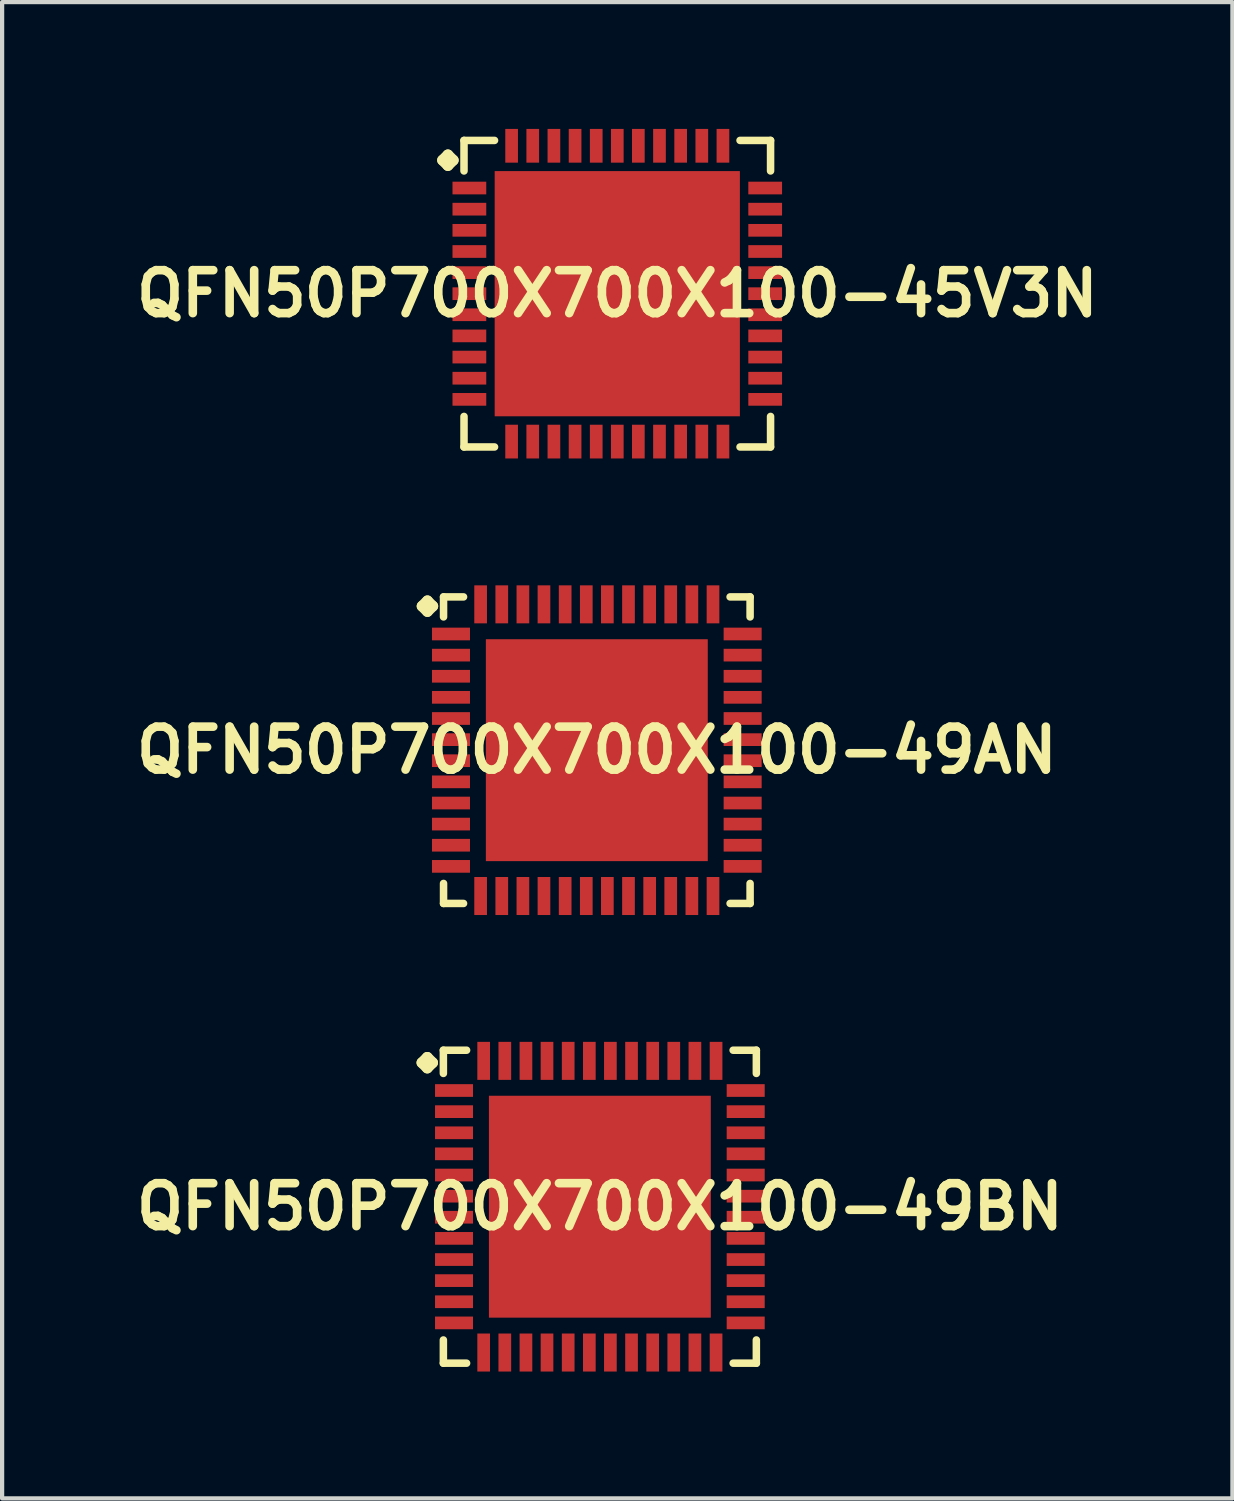
<source format=kicad_pcb>
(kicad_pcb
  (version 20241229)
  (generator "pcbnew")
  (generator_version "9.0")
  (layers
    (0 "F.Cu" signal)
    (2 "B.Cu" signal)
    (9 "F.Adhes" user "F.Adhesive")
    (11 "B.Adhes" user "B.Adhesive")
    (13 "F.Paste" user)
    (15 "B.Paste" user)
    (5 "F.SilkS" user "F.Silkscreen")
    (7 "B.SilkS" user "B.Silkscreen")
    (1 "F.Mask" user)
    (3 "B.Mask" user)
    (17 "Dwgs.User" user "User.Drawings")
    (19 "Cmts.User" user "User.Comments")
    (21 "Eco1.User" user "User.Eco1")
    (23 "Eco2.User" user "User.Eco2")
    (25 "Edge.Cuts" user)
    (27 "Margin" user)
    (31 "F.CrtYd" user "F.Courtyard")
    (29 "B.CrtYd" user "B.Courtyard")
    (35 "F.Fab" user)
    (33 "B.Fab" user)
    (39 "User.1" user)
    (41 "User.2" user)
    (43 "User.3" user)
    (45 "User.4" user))
  (footprint "QFN50P700X700X100-45V3N"
    (layer "F.Cu")
    (at 11.549 3.896)
    (property "Reference" "QFN50P700X700X100-45V3N" (at 0 0 0) (layer "F.SilkS") (effects (font (size 1.016 1.016) (thickness 0.203))))
    (attr smd)
    (fp_line (start -4.133 -3.157) (end -4.006 -3.284) (stroke (width 0.254) (type solid)) (layer "F.SilkS"))
    (fp_line (start -4.006 -3.284) (end -3.879 -3.157) (stroke (width 0.254) (type solid)) (layer "F.SilkS"))
    (fp_line (start -4.006 -3.03) (end -4.133 -3.157) (stroke (width 0.254) (type solid)) (layer "F.SilkS"))
    (fp_line (start -3.879 -3.157) (end -4.006 -3.03) (stroke (width 0.254) (type solid)) (layer "F.SilkS"))
    (fp_line (start -3.625 -3.625) (end -2.903 -3.625) (stroke (width 0.178) (type solid)) (layer "F.SilkS"))
    (fp_line (start -3.625 -2.903) (end -3.625 -3.625) (stroke (width 0.178) (type solid)) (layer "F.SilkS"))
    (fp_line (start -3.625 2.903) (end -3.625 3.625) (stroke (width 0.178) (type solid)) (layer "F.SilkS"))
    (fp_line (start -3.625 3.625) (end -2.903 3.625) (stroke (width 0.178) (type solid)) (layer "F.SilkS"))
    (fp_line (start 2.903 -3.625) (end 3.625 -3.625) (stroke (width 0.178) (type solid)) (layer "F.SilkS"))
    (fp_line (start 2.903 3.625) (end 3.625 3.625) (stroke (width 0.178) (type solid)) (layer "F.SilkS"))
    (fp_line (start 3.625 -3.625) (end 3.625 -2.903) (stroke (width 0.178) (type solid)) (layer "F.SilkS"))
    (fp_line (start 3.625 3.625) (end 3.625 2.903) (stroke (width 0.178) (type solid)) (layer "F.SilkS"))
    (pad "1" smd rect (at -3.498 -2.499) (size 0.798 0.3) (layers "F.Cu" "F.Mask" "F.Paste"))
    (pad "2" smd rect (at -3.498 -1.999) (size 0.798 0.3) (layers "F.Cu" "F.Mask" "F.Paste"))
    (pad "3" smd rect (at -3.498 -1.499) (size 0.798 0.3) (layers "F.Cu" "F.Mask" "F.Paste"))
    (pad "4" smd rect (at -3.498 -0.998) (size 0.798 0.3) (layers "F.Cu" "F.Mask" "F.Paste"))
    (pad "5" smd rect (at -3.498 -0.498) (size 0.798 0.3) (layers "F.Cu" "F.Mask" "F.Paste"))
    (pad "6" smd rect (at -3.498 0) (size 0.798 0.3) (layers "F.Cu" "F.Mask" "F.Paste"))
    (pad "7" smd rect (at -3.498 0.498) (size 0.798 0.3) (layers "F.Cu" "F.Mask" "F.Paste"))
    (pad "8" smd rect (at -3.498 0.998) (size 0.798 0.3) (layers "F.Cu" "F.Mask" "F.Paste"))
    (pad "9" smd rect (at -3.498 1.499) (size 0.798 0.3) (layers "F.Cu" "F.Mask" "F.Paste"))
    (pad "10" smd rect (at -3.498 1.999) (size 0.798 0.3) (layers "F.Cu" "F.Mask" "F.Paste"))
    (pad "11" smd rect (at -3.498 2.499) (size 0.798 0.3) (layers "F.Cu" "F.Mask" "F.Paste"))
    (pad "12" smd rect (at -2.499 3.498) (size 0.3 0.798) (layers "F.Cu" "F.Mask" "F.Paste"))
    (pad "13" smd rect (at -1.999 3.498) (size 0.3 0.798) (layers "F.Cu" "F.Mask" "F.Paste"))
    (pad "14" smd rect (at -1.499 3.498) (size 0.3 0.798) (layers "F.Cu" "F.Mask" "F.Paste"))
    (pad "15" smd rect (at -0.998 3.498) (size 0.3 0.798) (layers "F.Cu" "F.Mask" "F.Paste"))
    (pad "16" smd rect (at -0.498 3.498) (size 0.3 0.798) (layers "F.Cu" "F.Mask" "F.Paste"))
    (pad "17" smd rect (at 0 3.498) (size 0.3 0.798) (layers "F.Cu" "F.Mask" "F.Paste"))
    (pad "18" smd rect (at 0.498 3.498) (size 0.3 0.798) (layers "F.Cu" "F.Mask" "F.Paste"))
    (pad "19" smd rect (at 0.998 3.498) (size 0.3 0.798) (layers "F.Cu" "F.Mask" "F.Paste"))
    (pad "20" smd rect (at 1.499 3.498) (size 0.3 0.798) (layers "F.Cu" "F.Mask" "F.Paste"))
    (pad "21" smd rect (at 1.999 3.498) (size 0.3 0.798) (layers "F.Cu" "F.Mask" "F.Paste"))
    (pad "22" smd rect (at 2.499 3.498) (size 0.3 0.798) (layers "F.Cu" "F.Mask" "F.Paste"))
    (pad "23" smd rect (at 3.498 2.499) (size 0.798 0.3) (layers "F.Cu" "F.Mask" "F.Paste"))
    (pad "24" smd rect (at 3.498 1.999) (size 0.798 0.3) (layers "F.Cu" "F.Mask" "F.Paste"))
    (pad "25" smd rect (at 3.498 1.499) (size 0.798 0.3) (layers "F.Cu" "F.Mask" "F.Paste"))
    (pad "26" smd rect (at 3.498 0.998) (size 0.798 0.3) (layers "F.Cu" "F.Mask" "F.Paste"))
    (pad "27" smd rect (at 3.498 0.498) (size 0.798 0.3) (layers "F.Cu" "F.Mask" "F.Paste"))
    (pad "28" smd rect (at 3.498 0) (size 0.798 0.3) (layers "F.Cu" "F.Mask" "F.Paste"))
    (pad "29" smd rect (at 3.498 -0.498) (size 0.798 0.3) (layers "F.Cu" "F.Mask" "F.Paste"))
    (pad "30" smd rect (at 3.498 -0.998) (size 0.798 0.3) (layers "F.Cu" "F.Mask" "F.Paste"))
    (pad "31" smd rect (at 3.498 -1.499) (size 0.798 0.3) (layers "F.Cu" "F.Mask" "F.Paste"))
    (pad "32" smd rect (at 3.498 -1.999) (size 0.798 0.3) (layers "F.Cu" "F.Mask" "F.Paste"))
    (pad "33" smd rect (at 3.498 -2.499) (size 0.798 0.3) (layers "F.Cu" "F.Mask" "F.Paste"))
    (pad "34" smd rect (at 2.499 -3.498) (size 0.3 0.798) (layers "F.Cu" "F.Mask" "F.Paste"))
    (pad "35" smd rect (at 1.999 -3.498) (size 0.3 0.798) (layers "F.Cu" "F.Mask" "F.Paste"))
    (pad "36" smd rect (at 1.499 -3.498) (size 0.3 0.798) (layers "F.Cu" "F.Mask" "F.Paste"))
    (pad "37" smd rect (at 0.998 -3.498) (size 0.3 0.798) (layers "F.Cu" "F.Mask" "F.Paste"))
    (pad "38" smd rect (at 0.498 -3.498) (size 0.3 0.798) (layers "F.Cu" "F.Mask" "F.Paste"))
    (pad "39" smd rect (at 0 -3.498) (size 0.3 0.798) (layers "F.Cu" "F.Mask" "F.Paste"))
    (pad "40" smd rect (at -0.498 -3.498) (size 0.3 0.798) (layers "F.Cu" "F.Mask" "F.Paste"))
    (pad "41" smd rect (at -0.998 -3.498) (size 0.3 0.798) (layers "F.Cu" "F.Mask" "F.Paste"))
    (pad "42" smd rect (at -1.499 -3.498) (size 0.3 0.798) (layers "F.Cu" "F.Mask" "F.Paste"))
    (pad "43" smd rect (at -1.999 -3.498) (size 0.3 0.798) (layers "F.Cu" "F.Mask" "F.Paste"))
    (pad "44" smd rect (at -2.499 -3.498) (size 0.3 0.798) (layers "F.Cu" "F.Mask" "F.Paste"))
    (pad "45" smd rect (at 0 0) (size 5.799 5.799) (layers "F.Cu" "F.Mask" "F.Paste")))
  (footprint "QFN50P700X700X100-49AN"
    (layer "F.Cu")
    (at 11.065 14.692)
    (property "Reference" "QFN50P700X700X100-49AN" (at 0 0 0) (layer "F.SilkS") (effects (font (size 1.016 1.016) (thickness 0.203))))
    (attr smd)
    (fp_line (start -4.133 -3.406) (end -4.006 -3.533) (stroke (width 0.254) (type solid)) (layer "F.SilkS"))
    (fp_line (start -4.006 -3.533) (end -3.879 -3.406) (stroke (width 0.254) (type solid)) (layer "F.SilkS"))
    (fp_line (start -4.006 -3.279) (end -4.133 -3.406) (stroke (width 0.254) (type solid)) (layer "F.SilkS"))
    (fp_line (start -3.879 -3.406) (end -4.006 -3.279) (stroke (width 0.254) (type solid)) (layer "F.SilkS"))
    (fp_line (start -3.625 -3.625) (end -3.152 -3.625) (stroke (width 0.178) (type solid)) (layer "F.SilkS"))
    (fp_line (start -3.625 -3.152) (end -3.625 -3.625) (stroke (width 0.178) (type solid)) (layer "F.SilkS"))
    (fp_line (start -3.625 3.152) (end -3.625 3.625) (stroke (width 0.178) (type solid)) (layer "F.SilkS"))
    (fp_line (start -3.625 3.625) (end -3.152 3.625) (stroke (width 0.178) (type solid)) (layer "F.SilkS"))
    (fp_line (start 3.152 -3.625) (end 3.625 -3.625) (stroke (width 0.178) (type solid)) (layer "F.SilkS"))
    (fp_line (start 3.152 3.625) (end 3.625 3.625) (stroke (width 0.178) (type solid)) (layer "F.SilkS"))
    (fp_line (start 3.625 -3.625) (end 3.625 -3.152) (stroke (width 0.178) (type solid)) (layer "F.SilkS"))
    (fp_line (start 3.625 3.625) (end 3.625 3.152) (stroke (width 0.178) (type solid)) (layer "F.SilkS"))
    (pad "1" smd rect (at -3.449 -2.748) (size 0.899 0.3) (layers "F.Cu" "F.Mask" "F.Paste"))
    (pad "2" smd rect (at -3.449 -2.248) (size 0.899 0.3) (layers "F.Cu" "F.Mask" "F.Paste"))
    (pad "3" smd rect (at -3.449 -1.748) (size 0.899 0.3) (layers "F.Cu" "F.Mask" "F.Paste"))
    (pad "4" smd rect (at -3.449 -1.25) (size 0.899 0.3) (layers "F.Cu" "F.Mask" "F.Paste"))
    (pad "5" smd rect (at -3.449 -0.749) (size 0.899 0.3) (layers "F.Cu" "F.Mask" "F.Paste"))
    (pad "6" smd rect (at -3.449 -0.249) (size 0.899 0.3) (layers "F.Cu" "F.Mask" "F.Paste"))
    (pad "7" smd rect (at -3.449 0.249) (size 0.899 0.3) (layers "F.Cu" "F.Mask" "F.Paste"))
    (pad "8" smd rect (at -3.449 0.749) (size 0.899 0.3) (layers "F.Cu" "F.Mask" "F.Paste"))
    (pad "9" smd rect (at -3.449 1.25) (size 0.899 0.3) (layers "F.Cu" "F.Mask" "F.Paste"))
    (pad "10" smd rect (at -3.449 1.748) (size 0.899 0.3) (layers "F.Cu" "F.Mask" "F.Paste"))
    (pad "11" smd rect (at -3.449 2.248) (size 0.899 0.3) (layers "F.Cu" "F.Mask" "F.Paste"))
    (pad "12" smd rect (at -3.449 2.748) (size 0.899 0.3) (layers "F.Cu" "F.Mask" "F.Paste"))
    (pad "13" smd rect (at -2.748 3.449) (size 0.3 0.899) (layers "F.Cu" "F.Mask" "F.Paste"))
    (pad "14" smd rect (at -2.248 3.449) (size 0.3 0.899) (layers "F.Cu" "F.Mask" "F.Paste"))
    (pad "15" smd rect (at -1.748 3.449) (size 0.3 0.899) (layers "F.Cu" "F.Mask" "F.Paste"))
    (pad "16" smd rect (at -1.25 3.449) (size 0.3 0.899) (layers "F.Cu" "F.Mask" "F.Paste"))
    (pad "17" smd rect (at -0.749 3.449) (size 0.3 0.899) (layers "F.Cu" "F.Mask" "F.Paste"))
    (pad "18" smd rect (at -0.249 3.449) (size 0.3 0.899) (layers "F.Cu" "F.Mask" "F.Paste"))
    (pad "19" smd rect (at 0.249 3.449) (size 0.3 0.899) (layers "F.Cu" "F.Mask" "F.Paste"))
    (pad "20" smd rect (at 0.749 3.449) (size 0.3 0.899) (layers "F.Cu" "F.Mask" "F.Paste"))
    (pad "21" smd rect (at 1.25 3.449) (size 0.3 0.899) (layers "F.Cu" "F.Mask" "F.Paste"))
    (pad "22" smd rect (at 1.748 3.449) (size 0.3 0.899) (layers "F.Cu" "F.Mask" "F.Paste"))
    (pad "23" smd rect (at 2.248 3.449) (size 0.3 0.899) (layers "F.Cu" "F.Mask" "F.Paste"))
    (pad "24" smd rect (at 2.748 3.449) (size 0.3 0.899) (layers "F.Cu" "F.Mask" "F.Paste"))
    (pad "25" smd rect (at 3.449 2.748) (size 0.899 0.3) (layers "F.Cu" "F.Mask" "F.Paste"))
    (pad "26" smd rect (at 3.449 2.248) (size 0.899 0.3) (layers "F.Cu" "F.Mask" "F.Paste"))
    (pad "27" smd rect (at 3.449 1.748) (size 0.899 0.3) (layers "F.Cu" "F.Mask" "F.Paste"))
    (pad "28" smd rect (at 3.449 1.25) (size 0.899 0.3) (layers "F.Cu" "F.Mask" "F.Paste"))
    (pad "29" smd rect (at 3.449 0.749) (size 0.899 0.3) (layers "F.Cu" "F.Mask" "F.Paste"))
    (pad "30" smd rect (at 3.449 0.249) (size 0.899 0.3) (layers "F.Cu" "F.Mask" "F.Paste"))
    (pad "31" smd rect (at 3.449 -0.249) (size 0.899 0.3) (layers "F.Cu" "F.Mask" "F.Paste"))
    (pad "32" smd rect (at 3.449 -0.749) (size 0.899 0.3) (layers "F.Cu" "F.Mask" "F.Paste"))
    (pad "33" smd rect (at 3.449 -1.25) (size 0.899 0.3) (layers "F.Cu" "F.Mask" "F.Paste"))
    (pad "34" smd rect (at 3.449 -1.748) (size 0.899 0.3) (layers "F.Cu" "F.Mask" "F.Paste"))
    (pad "35" smd rect (at 3.449 -2.248) (size 0.899 0.3) (layers "F.Cu" "F.Mask" "F.Paste"))
    (pad "36" smd rect (at 3.449 -2.748) (size 0.899 0.3) (layers "F.Cu" "F.Mask" "F.Paste"))
    (pad "37" smd rect (at 2.748 -3.449) (size 0.3 0.899) (layers "F.Cu" "F.Mask" "F.Paste"))
    (pad "38" smd rect (at 2.248 -3.449) (size 0.3 0.899) (layers "F.Cu" "F.Mask" "F.Paste"))
    (pad "39" smd rect (at 1.748 -3.449) (size 0.3 0.899) (layers "F.Cu" "F.Mask" "F.Paste"))
    (pad "40" smd rect (at 1.25 -3.449) (size 0.3 0.899) (layers "F.Cu" "F.Mask" "F.Paste"))
    (pad "41" smd rect (at 0.749 -3.449) (size 0.3 0.899) (layers "F.Cu" "F.Mask" "F.Paste"))
    (pad "42" smd rect (at 0.249 -3.449) (size 0.3 0.899) (layers "F.Cu" "F.Mask" "F.Paste"))
    (pad "43" smd rect (at -0.249 -3.449) (size 0.3 0.899) (layers "F.Cu" "F.Mask" "F.Paste"))
    (pad "44" smd rect (at -0.749 -3.449) (size 0.3 0.899) (layers "F.Cu" "F.Mask" "F.Paste"))
    (pad "45" smd rect (at -1.25 -3.449) (size 0.3 0.899) (layers "F.Cu" "F.Mask" "F.Paste"))
    (pad "46" smd rect (at -1.748 -3.449) (size 0.3 0.899) (layers "F.Cu" "F.Mask" "F.Paste"))
    (pad "47" smd rect (at -2.248 -3.449) (size 0.3 0.899) (layers "F.Cu" "F.Mask" "F.Paste"))
    (pad "48" smd rect (at -2.748 -3.449) (size 0.3 0.899) (layers "F.Cu" "F.Mask" "F.Paste"))
    (pad "49" smd rect (at 0 0) (size 5.248 5.248) (layers "F.Cu" "F.Mask" "F.Paste")))
  (footprint "QFN50P700X700X100-49BN"
    (layer "F.Cu")
    (at 11.137 25.489)
    (property "Reference" "QFN50P700X700X100-49BN" (at 0 0 0) (layer "F.SilkS") (effects (font (size 1.016 1.016) (thickness 0.203))))
    (attr smd)
    (fp_line (start -4.209 -3.406) (end -4.082 -3.533) (stroke (width 0.254) (type solid)) (layer "F.SilkS"))
    (fp_line (start -4.082 -3.533) (end -3.955 -3.406) (stroke (width 0.254) (type solid)) (layer "F.SilkS"))
    (fp_line (start -4.082 -3.279) (end -4.209 -3.406) (stroke (width 0.254) (type solid)) (layer "F.SilkS"))
    (fp_line (start -3.955 -3.406) (end -4.082 -3.279) (stroke (width 0.254) (type solid)) (layer "F.SilkS"))
    (fp_line (start -3.701 -3.701) (end -3.152 -3.701) (stroke (width 0.178) (type solid)) (layer "F.SilkS"))
    (fp_line (start -3.701 -3.152) (end -3.701 -3.701) (stroke (width 0.178) (type solid)) (layer "F.SilkS"))
    (fp_line (start -3.701 3.152) (end -3.701 3.701) (stroke (width 0.178) (type solid)) (layer "F.SilkS"))
    (fp_line (start -3.701 3.701) (end -3.152 3.701) (stroke (width 0.178) (type solid)) (layer "F.SilkS"))
    (fp_line (start 3.152 -3.701) (end 3.701 -3.701) (stroke (width 0.178) (type solid)) (layer "F.SilkS"))
    (fp_line (start 3.152 3.701) (end 3.701 3.701) (stroke (width 0.178) (type solid)) (layer "F.SilkS"))
    (fp_line (start 3.701 -3.701) (end 3.701 -3.152) (stroke (width 0.178) (type solid)) (layer "F.SilkS"))
    (fp_line (start 3.701 3.701) (end 3.701 3.152) (stroke (width 0.178) (type solid)) (layer "F.SilkS"))
    (pad "1" smd rect (at -3.449 -2.748) (size 0.899 0.3) (layers "F.Cu" "F.Mask" "F.Paste"))
    (pad "2" smd rect (at -3.449 -2.248) (size 0.899 0.3) (layers "F.Cu" "F.Mask" "F.Paste"))
    (pad "3" smd rect (at -3.449 -1.748) (size 0.899 0.3) (layers "F.Cu" "F.Mask" "F.Paste"))
    (pad "4" smd rect (at -3.449 -1.25) (size 0.899 0.3) (layers "F.Cu" "F.Mask" "F.Paste"))
    (pad "5" smd rect (at -3.449 -0.749) (size 0.899 0.3) (layers "F.Cu" "F.Mask" "F.Paste"))
    (pad "6" smd rect (at -3.449 -0.249) (size 0.899 0.3) (layers "F.Cu" "F.Mask" "F.Paste"))
    (pad "7" smd rect (at -3.449 0.249) (size 0.899 0.3) (layers "F.Cu" "F.Mask" "F.Paste"))
    (pad "8" smd rect (at -3.449 0.749) (size 0.899 0.3) (layers "F.Cu" "F.Mask" "F.Paste"))
    (pad "9" smd rect (at -3.449 1.25) (size 0.899 0.3) (layers "F.Cu" "F.Mask" "F.Paste"))
    (pad "10" smd rect (at -3.449 1.748) (size 0.899 0.3) (layers "F.Cu" "F.Mask" "F.Paste"))
    (pad "11" smd rect (at -3.449 2.248) (size 0.899 0.3) (layers "F.Cu" "F.Mask" "F.Paste"))
    (pad "12" smd rect (at -3.449 2.748) (size 0.899 0.3) (layers "F.Cu" "F.Mask" "F.Paste"))
    (pad "13" smd rect (at -2.748 3.449) (size 0.3 0.899) (layers "F.Cu" "F.Mask" "F.Paste"))
    (pad "14" smd rect (at -2.248 3.449) (size 0.3 0.899) (layers "F.Cu" "F.Mask" "F.Paste"))
    (pad "15" smd rect (at -1.748 3.449) (size 0.3 0.899) (layers "F.Cu" "F.Mask" "F.Paste"))
    (pad "16" smd rect (at -1.25 3.449) (size 0.3 0.899) (layers "F.Cu" "F.Mask" "F.Paste"))
    (pad "17" smd rect (at -0.749 3.449) (size 0.3 0.899) (layers "F.Cu" "F.Mask" "F.Paste"))
    (pad "18" smd rect (at -0.249 3.449) (size 0.3 0.899) (layers "F.Cu" "F.Mask" "F.Paste"))
    (pad "19" smd rect (at 0.249 3.449) (size 0.3 0.899) (layers "F.Cu" "F.Mask" "F.Paste"))
    (pad "20" smd rect (at 0.749 3.449) (size 0.3 0.899) (layers "F.Cu" "F.Mask" "F.Paste"))
    (pad "21" smd rect (at 1.25 3.449) (size 0.3 0.899) (layers "F.Cu" "F.Mask" "F.Paste"))
    (pad "22" smd rect (at 1.748 3.449) (size 0.3 0.899) (layers "F.Cu" "F.Mask" "F.Paste"))
    (pad "23" smd rect (at 2.248 3.449) (size 0.3 0.899) (layers "F.Cu" "F.Mask" "F.Paste"))
    (pad "24" smd rect (at 2.748 3.449) (size 0.3 0.899) (layers "F.Cu" "F.Mask" "F.Paste"))
    (pad "25" smd rect (at 3.449 2.748) (size 0.899 0.3) (layers "F.Cu" "F.Mask" "F.Paste"))
    (pad "26" smd rect (at 3.449 2.248) (size 0.899 0.3) (layers "F.Cu" "F.Mask" "F.Paste"))
    (pad "27" smd rect (at 3.449 1.748) (size 0.899 0.3) (layers "F.Cu" "F.Mask" "F.Paste"))
    (pad "28" smd rect (at 3.449 1.25) (size 0.899 0.3) (layers "F.Cu" "F.Mask" "F.Paste"))
    (pad "29" smd rect (at 3.449 0.749) (size 0.899 0.3) (layers "F.Cu" "F.Mask" "F.Paste"))
    (pad "30" smd rect (at 3.449 0.249) (size 0.899 0.3) (layers "F.Cu" "F.Mask" "F.Paste"))
    (pad "31" smd rect (at 3.449 -0.249) (size 0.899 0.3) (layers "F.Cu" "F.Mask" "F.Paste"))
    (pad "32" smd rect (at 3.449 -0.749) (size 0.899 0.3) (layers "F.Cu" "F.Mask" "F.Paste"))
    (pad "33" smd rect (at 3.449 -1.25) (size 0.899 0.3) (layers "F.Cu" "F.Mask" "F.Paste"))
    (pad "34" smd rect (at 3.449 -1.748) (size 0.899 0.3) (layers "F.Cu" "F.Mask" "F.Paste"))
    (pad "35" smd rect (at 3.449 -2.248) (size 0.899 0.3) (layers "F.Cu" "F.Mask" "F.Paste"))
    (pad "36" smd rect (at 3.449 -2.748) (size 0.899 0.3) (layers "F.Cu" "F.Mask" "F.Paste"))
    (pad "37" smd rect (at 2.748 -3.449) (size 0.3 0.899) (layers "F.Cu" "F.Mask" "F.Paste"))
    (pad "38" smd rect (at 2.248 -3.449) (size 0.3 0.899) (layers "F.Cu" "F.Mask" "F.Paste"))
    (pad "39" smd rect (at 1.748 -3.449) (size 0.3 0.899) (layers "F.Cu" "F.Mask" "F.Paste"))
    (pad "40" smd rect (at 1.25 -3.449) (size 0.3 0.899) (layers "F.Cu" "F.Mask" "F.Paste"))
    (pad "41" smd rect (at 0.749 -3.449) (size 0.3 0.899) (layers "F.Cu" "F.Mask" "F.Paste"))
    (pad "42" smd rect (at 0.249 -3.449) (size 0.3 0.899) (layers "F.Cu" "F.Mask" "F.Paste"))
    (pad "43" smd rect (at -0.249 -3.449) (size 0.3 0.899) (layers "F.Cu" "F.Mask" "F.Paste"))
    (pad "44" smd rect (at -0.749 -3.449) (size 0.3 0.899) (layers "F.Cu" "F.Mask" "F.Paste"))
    (pad "45" smd rect (at -1.25 -3.449) (size 0.3 0.899) (layers "F.Cu" "F.Mask" "F.Paste"))
    (pad "46" smd rect (at -1.748 -3.449) (size 0.3 0.899) (layers "F.Cu" "F.Mask" "F.Paste"))
    (pad "47" smd rect (at -2.248 -3.449) (size 0.3 0.899) (layers "F.Cu" "F.Mask" "F.Paste"))
    (pad "48" smd rect (at -2.748 -3.449) (size 0.3 0.899) (layers "F.Cu" "F.Mask" "F.Paste"))
    (pad "49" smd rect (at 0 0) (size 5.248 5.248) (layers "F.Cu" "F.Mask" "F.Paste")))
  (gr_rect
    (start -3 -3)
    (end 26.097 32.388)
    (stroke (width 0.1) (type default))
    (fill no)
    (layer "Edge.Cuts")))
</source>
